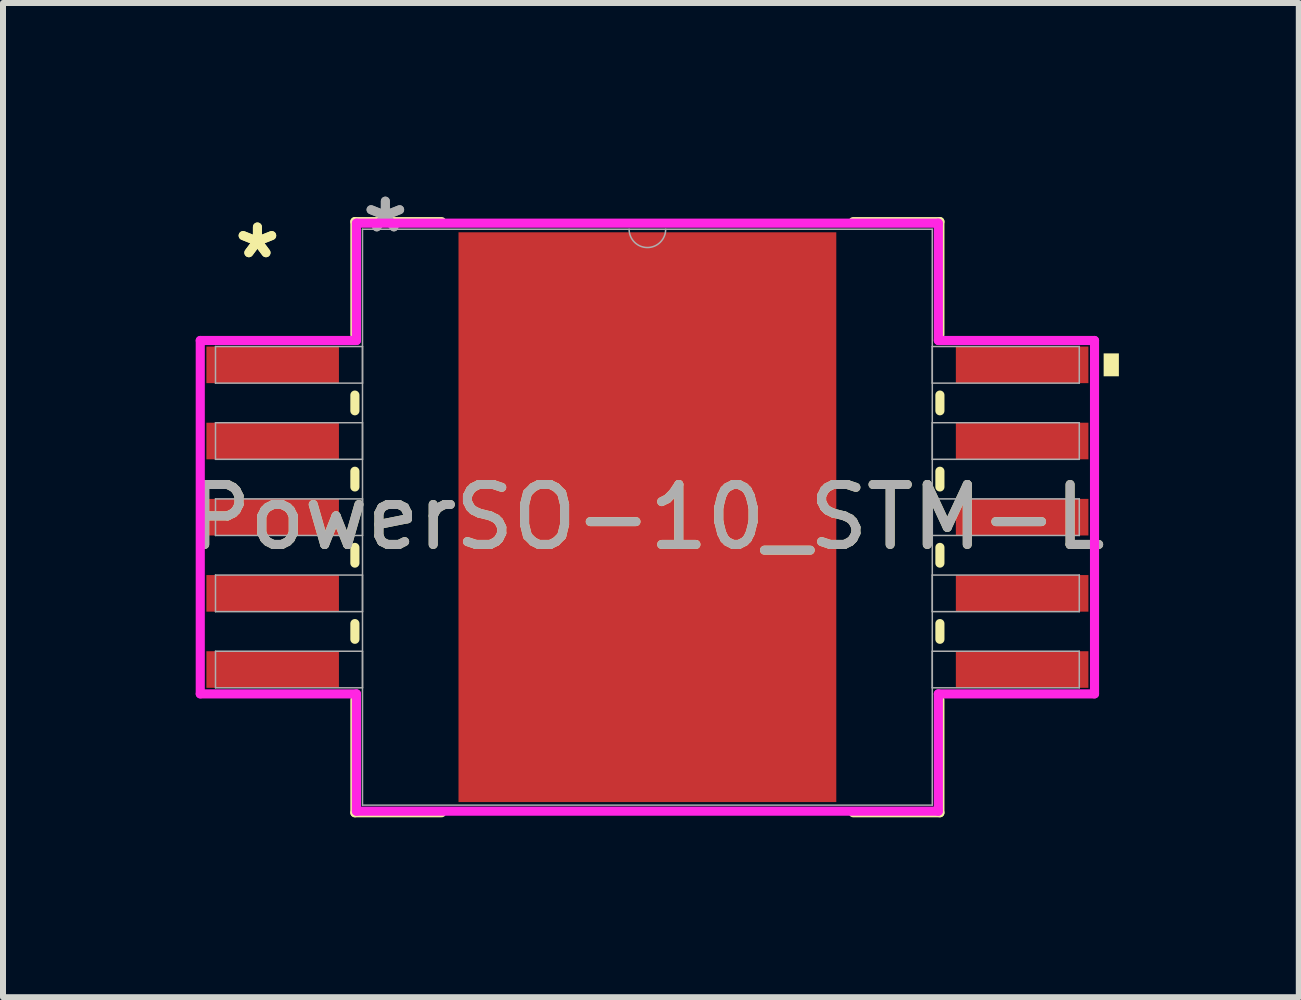
<source format=kicad_pcb>
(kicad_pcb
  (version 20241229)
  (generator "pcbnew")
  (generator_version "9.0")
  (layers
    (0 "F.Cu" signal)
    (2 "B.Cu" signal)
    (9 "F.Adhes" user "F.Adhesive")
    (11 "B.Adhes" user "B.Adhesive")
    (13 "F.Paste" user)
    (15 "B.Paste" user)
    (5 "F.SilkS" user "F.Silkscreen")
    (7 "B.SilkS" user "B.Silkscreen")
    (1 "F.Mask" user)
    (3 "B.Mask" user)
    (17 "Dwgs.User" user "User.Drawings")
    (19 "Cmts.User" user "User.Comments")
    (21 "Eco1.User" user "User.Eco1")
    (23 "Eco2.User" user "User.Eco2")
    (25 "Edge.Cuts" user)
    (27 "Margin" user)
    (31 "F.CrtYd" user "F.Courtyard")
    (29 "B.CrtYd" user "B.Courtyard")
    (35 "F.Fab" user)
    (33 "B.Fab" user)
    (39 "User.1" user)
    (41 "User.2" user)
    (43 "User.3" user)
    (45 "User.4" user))
  (footprint "PowerSO-10_STM-L"
    (layer "F.Cu")
    (at 7.744 5.573)
    (property "Reference" "PowerSO-10_STM-L" (at 0 0 0) (unlocked yes) (layer "F.SilkS") (effects (font (size 1 1) (thickness 0.15))))
    (attr smd)
    (fp_line (start -4.877 -4.928) (end -4.877 -3.044) (stroke (width 0.152) (type solid)) (layer "F.SilkS"))
    (fp_line (start -4.877 -2.036) (end -4.877 -1.774) (stroke (width 0.152) (type solid)) (layer "F.SilkS"))
    (fp_line (start -4.877 -0.766) (end -4.877 -0.504) (stroke (width 0.152) (type solid)) (layer "F.SilkS"))
    (fp_line (start -4.877 0.504) (end -4.877 0.766) (stroke (width 0.152) (type solid)) (layer "F.SilkS"))
    (fp_line (start -4.877 1.774) (end -4.877 2.036) (stroke (width 0.152) (type solid)) (layer "F.SilkS"))
    (fp_line (start -4.877 3.044) (end -4.877 4.928) (stroke (width 0.152) (type solid)) (layer "F.SilkS"))
    (fp_line (start -4.877 4.928) (end -3.431 4.928) (stroke (width 0.152) (type solid)) (layer "F.SilkS"))
    (fp_line (start -3.431 -4.928) (end -4.877 -4.928) (stroke (width 0.152) (type solid)) (layer "F.SilkS"))
    (fp_line (start 3.431 4.928) (end 4.877 4.928) (stroke (width 0.152) (type solid)) (layer "F.SilkS"))
    (fp_line (start 4.877 -4.928) (end 3.431 -4.928) (stroke (width 0.152) (type solid)) (layer "F.SilkS"))
    (fp_line (start 4.877 -3.044) (end 4.877 -4.928) (stroke (width 0.152) (type solid)) (layer "F.SilkS"))
    (fp_line (start 4.877 -1.774) (end 4.877 -2.036) (stroke (width 0.152) (type solid)) (layer "F.SilkS"))
    (fp_line (start 4.877 -0.504) (end 4.877 -0.766) (stroke (width 0.152) (type solid)) (layer "F.SilkS"))
    (fp_line (start 4.877 0.766) (end 4.877 0.504) (stroke (width 0.152) (type solid)) (layer "F.SilkS"))
    (fp_line (start 4.877 2.036) (end 4.877 1.774) (stroke (width 0.152) (type solid)) (layer "F.SilkS"))
    (fp_line (start 4.877 4.928) (end 4.877 3.044) (stroke (width 0.152) (type solid)) (layer "F.SilkS"))
    (fp_poly (pts (xy 7.861 -2.731) (xy 7.861 -2.349) (xy 7.607 -2.349) (xy 7.607 -2.731)) (stroke (width 0) (type solid)) (fill yes) (layer "F.SilkS"))
    (fp_poly (pts (xy -3.05 -4.65) (xy -3.05 -3.493) (xy -1.675 -3.493) (xy -1.675 -4.65)) (stroke (width 0) (type solid)) (fill yes) (layer "F.Paste"))
    (fp_poly (pts (xy -3.05 -3.293) (xy -3.05 -2.136) (xy -1.675 -2.136) (xy -1.675 -3.293)) (stroke (width 0) (type solid)) (fill yes) (layer "F.Paste"))
    (fp_poly (pts (xy -3.05 -1.936) (xy -3.05 -0.779) (xy -1.675 -0.779) (xy -1.675 -1.936)) (stroke (width 0) (type solid)) (fill yes) (layer "F.Paste"))
    (fp_poly (pts (xy -3.05 -0.579) (xy -3.05 0.579) (xy -1.675 0.579) (xy -1.675 -0.579)) (stroke (width 0) (type solid)) (fill yes) (layer "F.Paste"))
    (fp_poly (pts (xy -3.05 0.779) (xy -3.05 1.936) (xy -1.675 1.936) (xy -1.675 0.779)) (stroke (width 0) (type solid)) (fill yes) (layer "F.Paste"))
    (fp_poly (pts (xy -3.05 2.136) (xy -3.05 3.293) (xy -1.675 3.293) (xy -1.675 2.136)) (stroke (width 0) (type solid)) (fill yes) (layer "F.Paste"))
    (fp_poly (pts (xy -3.05 3.493) (xy -3.05 4.65) (xy -1.675 4.65) (xy -1.675 3.493)) (stroke (width 0) (type solid)) (fill yes) (layer "F.Paste"))
    (fp_poly (pts (xy -1.475 -4.65) (xy -1.475 -3.493) (xy -0.1 -3.493) (xy -0.1 -4.65)) (stroke (width 0) (type solid)) (fill yes) (layer "F.Paste"))
    (fp_poly (pts (xy -1.475 -3.293) (xy -1.475 -2.136) (xy -0.1 -2.136) (xy -0.1 -3.293)) (stroke (width 0) (type solid)) (fill yes) (layer "F.Paste"))
    (fp_poly (pts (xy -1.475 -1.936) (xy -1.475 -0.779) (xy -0.1 -0.779) (xy -0.1 -1.936)) (stroke (width 0) (type solid)) (fill yes) (layer "F.Paste"))
    (fp_poly (pts (xy -1.475 -0.579) (xy -1.475 0.579) (xy -0.1 0.579) (xy -0.1 -0.579)) (stroke (width 0) (type solid)) (fill yes) (layer "F.Paste"))
    (fp_poly (pts (xy -1.475 0.779) (xy -1.475 1.936) (xy -0.1 1.936) (xy -0.1 0.779)) (stroke (width 0) (type solid)) (fill yes) (layer "F.Paste"))
    (fp_poly (pts (xy -1.475 2.136) (xy -1.475 3.293) (xy -0.1 3.293) (xy -0.1 2.136)) (stroke (width 0) (type solid)) (fill yes) (layer "F.Paste"))
    (fp_poly (pts (xy -1.475 3.493) (xy -1.475 4.65) (xy -0.1 4.65) (xy -0.1 3.493)) (stroke (width 0) (type solid)) (fill yes) (layer "F.Paste"))
    (fp_poly (pts (xy 0.1 -4.65) (xy 0.1 -3.493) (xy 1.475 -3.493) (xy 1.475 -4.65)) (stroke (width 0) (type solid)) (fill yes) (layer "F.Paste"))
    (fp_poly (pts (xy 0.1 -3.293) (xy 0.1 -2.136) (xy 1.475 -2.136) (xy 1.475 -3.293)) (stroke (width 0) (type solid)) (fill yes) (layer "F.Paste"))
    (fp_poly (pts (xy 0.1 -1.936) (xy 0.1 -0.779) (xy 1.475 -0.779) (xy 1.475 -1.936)) (stroke (width 0) (type solid)) (fill yes) (layer "F.Paste"))
    (fp_poly (pts (xy 0.1 -0.579) (xy 0.1 0.579) (xy 1.475 0.579) (xy 1.475 -0.579)) (stroke (width 0) (type solid)) (fill yes) (layer "F.Paste"))
    (fp_poly (pts (xy 0.1 0.779) (xy 0.1 1.936) (xy 1.475 1.936) (xy 1.475 0.779)) (stroke (width 0) (type solid)) (fill yes) (layer "F.Paste"))
    (fp_poly (pts (xy 0.1 2.136) (xy 0.1 3.293) (xy 1.475 3.293) (xy 1.475 2.136)) (stroke (width 0) (type solid)) (fill yes) (layer "F.Paste"))
    (fp_poly (pts (xy 0.1 3.493) (xy 0.1 4.65) (xy 1.475 4.65) (xy 1.475 3.493)) (stroke (width 0) (type solid)) (fill yes) (layer "F.Paste"))
    (fp_poly (pts (xy 1.675 -4.65) (xy 1.675 -3.493) (xy 3.05 -3.493) (xy 3.05 -4.65)) (stroke (width 0) (type solid)) (fill yes) (layer "F.Paste"))
    (fp_poly (pts (xy 1.675 -3.293) (xy 1.675 -2.136) (xy 3.05 -2.136) (xy 3.05 -3.293)) (stroke (width 0) (type solid)) (fill yes) (layer "F.Paste"))
    (fp_poly (pts (xy 1.675 -1.936) (xy 1.675 -0.779) (xy 3.05 -0.779) (xy 3.05 -1.936)) (stroke (width 0) (type solid)) (fill yes) (layer "F.Paste"))
    (fp_poly (pts (xy 1.675 -0.579) (xy 1.675 0.579) (xy 3.05 0.579) (xy 3.05 -0.579)) (stroke (width 0) (type solid)) (fill yes) (layer "F.Paste"))
    (fp_poly (pts (xy 1.675 0.779) (xy 1.675 1.936) (xy 3.05 1.936) (xy 3.05 0.779)) (stroke (width 0) (type solid)) (fill yes) (layer "F.Paste"))
    (fp_poly (pts (xy 1.675 2.136) (xy 1.675 3.293) (xy 3.05 3.293) (xy 3.05 2.136)) (stroke (width 0) (type solid)) (fill yes) (layer "F.Paste"))
    (fp_poly (pts (xy 1.675 3.493) (xy 1.675 4.65) (xy 3.05 4.65) (xy 3.05 3.493)) (stroke (width 0) (type solid)) (fill yes) (layer "F.Paste"))
    (fp_line (start -7.455 -2.946) (end -4.851 -2.946) (stroke (width 0.152) (type solid)) (layer "F.CrtYd"))
    (fp_line (start -7.455 2.946) (end -7.455 -2.946) (stroke (width 0.152) (type solid)) (layer "F.CrtYd"))
    (fp_line (start -7.455 2.946) (end -4.851 2.946) (stroke (width 0.152) (type solid)) (layer "F.CrtYd"))
    (fp_line (start -4.851 -4.902) (end 4.851 -4.902) (stroke (width 0.152) (type solid)) (layer "F.CrtYd"))
    (fp_line (start -4.851 -2.946) (end -4.851 -4.902) (stroke (width 0.152) (type solid)) (layer "F.CrtYd"))
    (fp_line (start -4.851 4.902) (end -4.851 2.946) (stroke (width 0.152) (type solid)) (layer "F.CrtYd"))
    (fp_line (start 4.851 -4.902) (end 4.851 -2.946) (stroke (width 0.152) (type solid)) (layer "F.CrtYd"))
    (fp_line (start 4.851 2.946) (end 4.851 4.902) (stroke (width 0.152) (type solid)) (layer "F.CrtYd"))
    (fp_line (start 4.851 4.902) (end -4.851 4.902) (stroke (width 0.152) (type solid)) (layer "F.CrtYd"))
    (fp_line (start 7.455 -2.946) (end 4.851 -2.946) (stroke (width 0.152) (type solid)) (layer "F.CrtYd"))
    (fp_line (start 7.455 -2.946) (end 7.455 2.946) (stroke (width 0.152) (type solid)) (layer "F.CrtYd"))
    (fp_line (start 7.455 2.946) (end 4.851 2.946) (stroke (width 0.152) (type solid)) (layer "F.CrtYd"))
    (fp_line (start -7.201 -2.845) (end -7.201 -2.235) (stroke (width 0.025) (type solid)) (layer "F.Fab"))
    (fp_line (start -7.201 -2.235) (end -4.75 -2.235) (stroke (width 0.025) (type solid)) (layer "F.Fab"))
    (fp_line (start -7.201 -1.575) (end -7.201 -0.965) (stroke (width 0.025) (type solid)) (layer "F.Fab"))
    (fp_line (start -7.201 -0.965) (end -4.75 -0.965) (stroke (width 0.025) (type solid)) (layer "F.Fab"))
    (fp_line (start -7.201 -0.305) (end -7.201 0.305) (stroke (width 0.025) (type solid)) (layer "F.Fab"))
    (fp_line (start -7.201 0.305) (end -4.75 0.305) (stroke (width 0.025) (type solid)) (layer "F.Fab"))
    (fp_line (start -7.201 0.965) (end -7.201 1.575) (stroke (width 0.025) (type solid)) (layer "F.Fab"))
    (fp_line (start -7.201 1.575) (end -4.75 1.575) (stroke (width 0.025) (type solid)) (layer "F.Fab"))
    (fp_line (start -7.201 2.235) (end -7.201 2.845) (stroke (width 0.025) (type solid)) (layer "F.Fab"))
    (fp_line (start -7.201 2.845) (end -4.75 2.845) (stroke (width 0.025) (type solid)) (layer "F.Fab"))
    (fp_line (start -4.75 -4.801) (end -4.75 4.801) (stroke (width 0.025) (type solid)) (layer "F.Fab"))
    (fp_line (start -4.75 -2.845) (end -7.201 -2.845) (stroke (width 0.025) (type solid)) (layer "F.Fab"))
    (fp_line (start -4.75 -2.235) (end -4.75 -2.845) (stroke (width 0.025) (type solid)) (layer "F.Fab"))
    (fp_line (start -4.75 -1.575) (end -7.201 -1.575) (stroke (width 0.025) (type solid)) (layer "F.Fab"))
    (fp_line (start -4.75 -0.965) (end -4.75 -1.575) (stroke (width 0.025) (type solid)) (layer "F.Fab"))
    (fp_line (start -4.75 -0.305) (end -7.201 -0.305) (stroke (width 0.025) (type solid)) (layer "F.Fab"))
    (fp_line (start -4.75 0.305) (end -4.75 -0.305) (stroke (width 0.025) (type solid)) (layer "F.Fab"))
    (fp_line (start -4.75 0.965) (end -7.201 0.965) (stroke (width 0.025) (type solid)) (layer "F.Fab"))
    (fp_line (start -4.75 1.575) (end -4.75 0.965) (stroke (width 0.025) (type solid)) (layer "F.Fab"))
    (fp_line (start -4.75 2.235) (end -7.201 2.235) (stroke (width 0.025) (type solid)) (layer "F.Fab"))
    (fp_line (start -4.75 2.845) (end -4.75 2.235) (stroke (width 0.025) (type solid)) (layer "F.Fab"))
    (fp_line (start -4.75 4.801) (end 4.75 4.801) (stroke (width 0.025) (type solid)) (layer "F.Fab"))
    (fp_line (start 4.75 -4.801) (end -4.75 -4.801) (stroke (width 0.025) (type solid)) (layer "F.Fab"))
    (fp_line (start 4.75 -2.845) (end 4.75 -2.235) (stroke (width 0.025) (type solid)) (layer "F.Fab"))
    (fp_line (start 4.75 -2.235) (end 7.201 -2.235) (stroke (width 0.025) (type solid)) (layer "F.Fab"))
    (fp_line (start 4.75 -1.575) (end 4.75 -0.965) (stroke (width 0.025) (type solid)) (layer "F.Fab"))
    (fp_line (start 4.75 -0.965) (end 7.201 -0.965) (stroke (width 0.025) (type solid)) (layer "F.Fab"))
    (fp_line (start 4.75 -0.305) (end 4.75 0.305) (stroke (width 0.025) (type solid)) (layer "F.Fab"))
    (fp_line (start 4.75 0.305) (end 7.201 0.305) (stroke (width 0.025) (type solid)) (layer "F.Fab"))
    (fp_line (start 4.75 0.965) (end 4.75 1.575) (stroke (width 0.025) (type solid)) (layer "F.Fab"))
    (fp_line (start 4.75 1.575) (end 7.201 1.575) (stroke (width 0.025) (type solid)) (layer "F.Fab"))
    (fp_line (start 4.75 2.235) (end 4.75 2.845) (stroke (width 0.025) (type solid)) (layer "F.Fab"))
    (fp_line (start 4.75 2.845) (end 7.201 2.845) (stroke (width 0.025) (type solid)) (layer "F.Fab"))
    (fp_line (start 4.75 4.801) (end 4.75 -4.801) (stroke (width 0.025) (type solid)) (layer "F.Fab"))
    (fp_line (start 7.201 -2.845) (end 4.75 -2.845) (stroke (width 0.025) (type solid)) (layer "F.Fab"))
    (fp_line (start 7.201 -2.235) (end 7.201 -2.845) (stroke (width 0.025) (type solid)) (layer "F.Fab"))
    (fp_line (start 7.201 -1.575) (end 4.75 -1.575) (stroke (width 0.025) (type solid)) (layer "F.Fab"))
    (fp_line (start 7.201 -0.965) (end 7.201 -1.575) (stroke (width 0.025) (type solid)) (layer "F.Fab"))
    (fp_line (start 7.201 -0.305) (end 4.75 -0.305) (stroke (width 0.025) (type solid)) (layer "F.Fab"))
    (fp_line (start 7.201 0.305) (end 7.201 -0.305) (stroke (width 0.025) (type solid)) (layer "F.Fab"))
    (fp_line (start 7.201 0.965) (end 4.75 0.965) (stroke (width 0.025) (type solid)) (layer "F.Fab"))
    (fp_line (start 7.201 1.575) (end 7.201 0.965) (stroke (width 0.025) (type solid)) (layer "F.Fab"))
    (fp_line (start 7.201 2.235) (end 4.75 2.235) (stroke (width 0.025) (type solid)) (layer "F.Fab"))
    (fp_line (start 7.201 2.845) (end 7.201 2.235) (stroke (width 0.025) (type solid)) (layer "F.Fab"))
    (fp_arc (start 0.3048 -4.8006) (mid 0 -4.4958) (end -0.3048 -4.8006) (stroke (width 0.0254) (type solid)) (layer "F.Fab"))
    (fp_text user "*" (at -6.502 -4.293 0) (unlocked yes) (layer "F.SilkS") (effects (font (size 1 1) (thickness 0.15))))
    (fp_text user "*" (at -6.502 -4.293 0) (layer "F.SilkS") (effects (font (size 1 1) (thickness 0.15))))
    (fp_text user "${REFERENCE}" (at 0 0 0) (unlocked yes) (layer "F.Fab") (effects (font (size 1 1) (thickness 0.15))))
    (fp_text user "*" (at -4.369 -4.724 0) (layer "F.Fab") (effects (font (size 1 1) (thickness 0.15))))
    (fp_text user "*" (at -4.369 -4.724 0) (unlocked yes) (layer "F.Fab") (effects (font (size 1 1) (thickness 0.15))))
    (pad "1" smd rect (at -6.248 -2.54) (size 2.21 0.61) (layers "F.Cu" "F.Mask" "F.Paste"))
    (pad "2" smd rect (at -6.248 -1.27) (size 2.21 0.61) (layers "F.Cu" "F.Mask" "F.Paste"))
    (pad "3" smd rect (at -6.248 0) (size 2.21 0.61) (layers "F.Cu" "F.Mask" "F.Paste"))
    (pad "4" smd rect (at -6.248 1.27) (size 2.21 0.61) (layers "F.Cu" "F.Mask" "F.Paste"))
    (pad "5" smd rect (at -6.248 2.54) (size 2.21 0.61) (layers "F.Cu" "F.Mask" "F.Paste"))
    (pad "6" smd rect (at 6.248 2.54) (size 2.21 0.61) (layers "F.Cu" "F.Mask" "F.Paste"))
    (pad "7" smd rect (at 6.248 1.27) (size 2.21 0.61) (layers "F.Cu" "F.Mask" "F.Paste"))
    (pad "8" smd rect (at 6.248 0) (size 2.21 0.61) (layers "F.Cu" "F.Mask" "F.Paste"))
    (pad "9" smd rect (at 6.248 -1.27) (size 2.21 0.61) (layers "F.Cu" "F.Mask" "F.Paste"))
    (pad "10" smd rect (at 6.248 -2.54) (size 2.21 0.61) (layers "F.Cu" "F.Mask" "F.Paste"))
    (pad "EPAD" smd rect (at 0 0) (size 6.299 9.5) (layers "F.Cu" "F.Mask")))
  (gr_rect
    (start -3 -3)
    (end 18.605 13.576)
    (stroke (width 0.1) (type default))
    (fill no)
    (layer "Edge.Cuts")))
</source>
